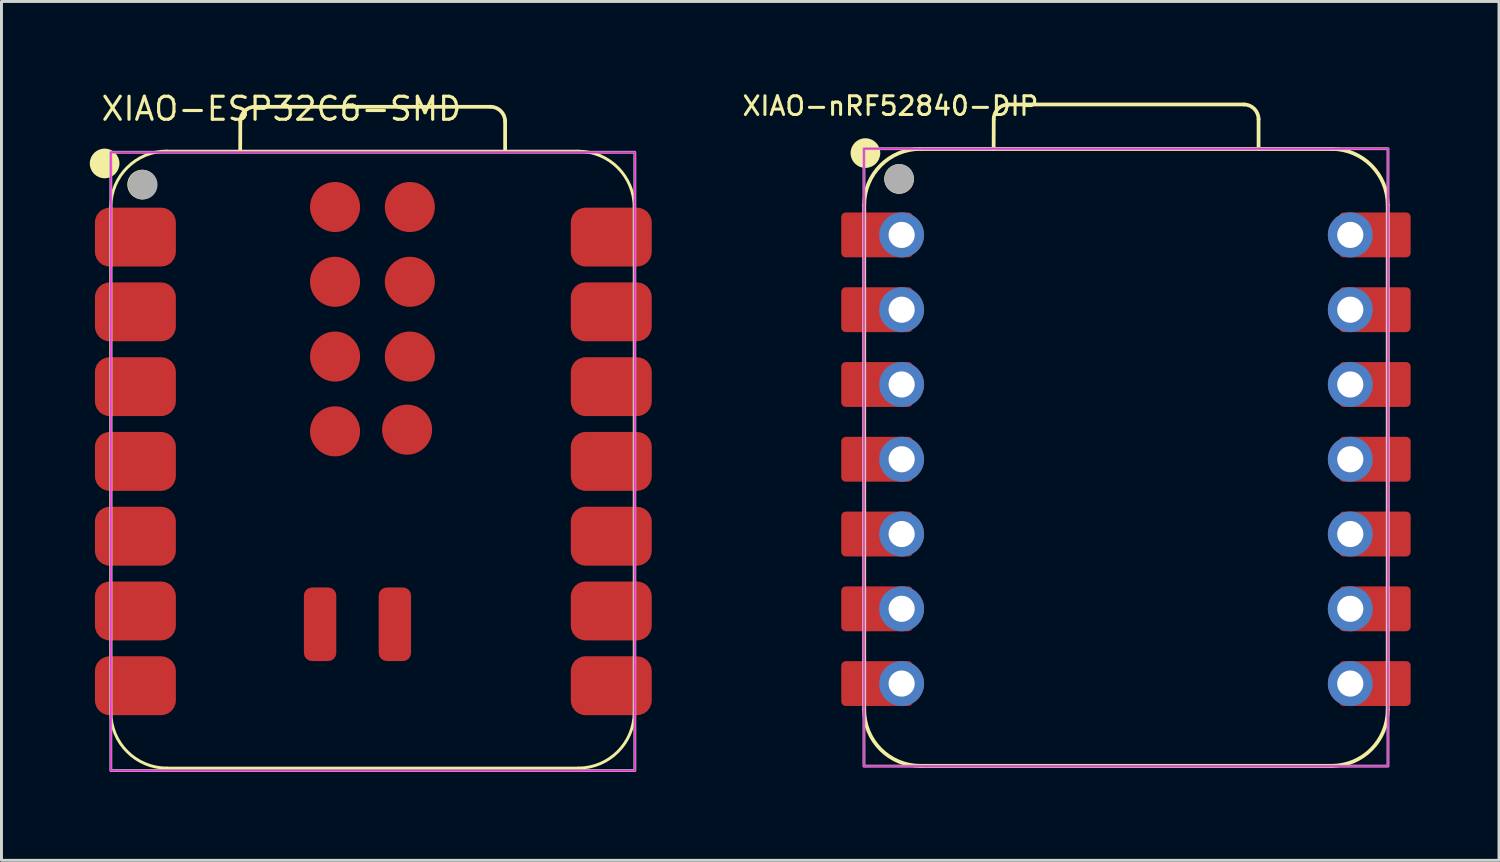
<source format=kicad_pcb>
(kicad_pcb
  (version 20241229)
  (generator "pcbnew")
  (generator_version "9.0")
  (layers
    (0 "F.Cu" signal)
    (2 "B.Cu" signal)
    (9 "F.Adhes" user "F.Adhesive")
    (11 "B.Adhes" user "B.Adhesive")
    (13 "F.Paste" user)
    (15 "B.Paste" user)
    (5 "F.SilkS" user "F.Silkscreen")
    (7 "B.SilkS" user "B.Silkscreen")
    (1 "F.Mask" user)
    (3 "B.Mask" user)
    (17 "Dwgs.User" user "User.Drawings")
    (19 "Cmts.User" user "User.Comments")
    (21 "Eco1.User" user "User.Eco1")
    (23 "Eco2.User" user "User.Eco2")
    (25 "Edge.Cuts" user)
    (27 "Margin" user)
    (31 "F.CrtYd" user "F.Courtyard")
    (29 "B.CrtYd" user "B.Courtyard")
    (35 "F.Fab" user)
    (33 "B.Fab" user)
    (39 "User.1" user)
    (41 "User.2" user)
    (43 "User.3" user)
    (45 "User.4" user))
  (footprint "XIAO-nRF52840-DIP"
    (layer "F.Cu")
    (at 35.197 12.55)
    (property "Reference" "XIAO-nRF52840-DIP" (at -8 -12 0) (unlocked yes) (layer "F.SilkS") (effects (font (size 0.635 0.635) (thickness 0.102))))
    (attr smd)
    (fp_line (start -8.89 8.509) (end -8.89 -8.636) (stroke (width 0.127) (type solid)) (layer "F.SilkS"))
    (fp_line (start -6.985 10.414) (end 6.985 10.414) (stroke (width 0.127) (type solid)) (layer "F.SilkS"))
    (fp_line (start -4.495 -10.541) (end -4.491 -11.551) (stroke (width 0.127) (type solid)) (layer "F.SilkS"))
    (fp_line (start -3.991 -12.051) (end 4.004 -12.051) (stroke (width 0.127) (type solid)) (layer "F.SilkS"))
    (fp_line (start 4.504 -11.551) (end 4.504 -10.541) (stroke (width 0.127) (type solid)) (layer "F.SilkS"))
    (fp_line (start 6.985 -10.541) (end -6.985 -10.541) (stroke (width 0.1) (type solid)) (layer "F.SilkS"))
    (fp_line (start 6.985 -10.541) (end -6.985 -10.541) (stroke (width 0.127) (type solid)) (layer "F.SilkS"))
    (fp_line (start 8.89 8.509) (end 8.89 -8.636) (stroke (width 0.127) (type solid)) (layer "F.SilkS"))
    (fp_arc (start -8.89 -8.636) (mid -8.332038 -9.983038) (end -6.985 -10.541) (stroke (width 0.127) (type solid)) (layer "F.SilkS"))
    (fp_arc (start -6.985 10.414) (mid -8.332038 9.856038) (end -8.89 8.509) (stroke (width 0.127) (type solid)) (layer "F.SilkS"))
    (fp_arc (start -4.491272 -11.551272) (mid -4.344728 -11.90464) (end -3.991272 -12.051) (stroke (width 0.127) (type default)) (layer "F.SilkS"))
    (fp_arc (start 4.004 -12.051) (mid 4.357524 -11.904524) (end 4.504 -11.551) (stroke (width 0.127) (type default)) (layer "F.SilkS"))
    (fp_arc (start 6.985 -10.541) (mid 8.332038 -9.983038) (end 8.89 -8.636) (stroke (width 0.127) (type solid)) (layer "F.SilkS"))
    (fp_arc (start 8.89 8.509) (mid 8.332038 9.856038) (end 6.985 10.414) (stroke (width 0.127) (type solid)) (layer "F.SilkS"))
    (fp_circle (center -8.85 -10.4) (end -8.85 -10.654) (stroke (width 0.5) (type solid)) (fill yes) (layer "F.SilkS"))
    (fp_circle (center -7.707 -9.52) (end -7.707 -9.774) (stroke (width 0.5) (type solid)) (fill yes) (layer "F.SilkS"))
    (fp_rect (start -8.9 -10.55) (end 8.9 10.425) (stroke (width 0.05) (type default)) (fill no) (layer "F.CrtYd"))
    (fp_rect (start -8.9 -10.55) (end 8.9 10.425) (stroke (width 0.1) (type default)) (fill no) (layer "F.Fab"))
    (fp_circle (center -7.704 -9.526) (end -7.704 -9.78) (stroke (width 0.5) (type solid)) (fill no) (layer "F.Fab"))
    (pad "1" smd roundrect (at -8.455 -7.62 180) (size 2.432 1.524) (layers "F.Cu" "F.Mask") (roundrect_rratio 0.1))
    (pad "1" thru_hole circle (at -7.62 -7.62 180) (size 1.524 1.524) (drill 0.889) (layers "*.Cu" "*.Mask"))
    (pad "2" smd roundrect (at -8.455 -5.08 180) (size 2.432 1.524) (layers "F.Cu" "F.Mask") (roundrect_rratio 0.1))
    (pad "2" thru_hole circle (at -7.62 -5.08 180) (size 1.524 1.524) (drill 0.889) (layers "*.Cu" "*.Mask"))
    (pad "3" smd roundrect (at -8.455 -2.54 180) (size 2.432 1.524) (layers "F.Cu" "F.Mask") (roundrect_rratio 0.1))
    (pad "3" thru_hole circle (at -7.62 -2.54 180) (size 1.524 1.524) (drill 0.889) (layers "*.Cu" "*.Mask"))
    (pad "4" smd roundrect (at -8.455 0 180) (size 2.432 1.524) (layers "F.Cu" "F.Mask") (roundrect_rratio 0.1))
    (pad "4" thru_hole circle (at -7.62 0 180) (size 1.524 1.524) (drill 0.889) (layers "*.Cu" "*.Mask"))
    (pad "5" smd roundrect (at -8.455 2.54 180) (size 2.432 1.524) (layers "F.Cu" "F.Mask") (roundrect_rratio 0.1))
    (pad "5" thru_hole circle (at -7.62 2.54 180) (size 1.524 1.524) (drill 0.889) (layers "*.Cu" "*.Mask"))
    (pad "6" smd roundrect (at -8.455 5.08 180) (size 2.432 1.524) (layers "F.Cu" "F.Mask") (roundrect_rratio 0.1))
    (pad "6" thru_hole circle (at -7.62 5.08 180) (size 1.524 1.524) (drill 0.889) (layers "*.Cu" "*.Mask"))
    (pad "7" smd roundrect (at -8.455 7.62 180) (size 2.432 1.524) (layers "F.Cu" "F.Mask") (roundrect_rratio 0.1))
    (pad "7" thru_hole circle (at -7.62 7.62 180) (size 1.524 1.524) (drill 0.889) (layers "*.Cu" "*.Mask"))
    (pad "8" thru_hole circle (at 7.62 7.62) (size 1.524 1.524) (drill 0.889) (layers "*.Cu" "*.Mask"))
    (pad "8" smd roundrect (at 8.455 7.62) (size 2.432 1.524) (layers "F.Cu" "F.Mask") (roundrect_rratio 0.1))
    (pad "9" thru_hole circle (at 7.62 5.08) (size 1.524 1.524) (drill 0.889) (layers "*.Cu" "*.Mask"))
    (pad "9" smd roundrect (at 8.455 5.08) (size 2.432 1.524) (layers "F.Cu" "F.Mask") (roundrect_rratio 0.1))
    (pad "10" thru_hole circle (at 7.62 2.54) (size 1.524 1.524) (drill 0.889) (layers "*.Cu" "*.Mask"))
    (pad "10" smd roundrect (at 8.455 2.54) (size 2.432 1.524) (layers "F.Cu" "F.Mask") (roundrect_rratio 0.1))
    (pad "11" thru_hole circle (at 7.62 0) (size 1.524 1.524) (drill 0.889) (layers "*.Cu" "*.Mask"))
    (pad "11" smd roundrect (at 8.455 0) (size 2.432 1.524) (layers "F.Cu" "F.Mask") (roundrect_rratio 0.1))
    (pad "12" thru_hole circle (at 7.62 -2.54) (size 1.524 1.524) (drill 0.889) (layers "*.Cu" "*.Mask"))
    (pad "12" smd roundrect (at 8.455 -2.54) (size 2.432 1.524) (layers "F.Cu" "F.Mask") (roundrect_rratio 0.1))
    (pad "13" thru_hole circle (at 7.62 -5.08) (size 1.524 1.524) (drill 0.889) (layers "*.Cu" "*.Mask"))
    (pad "13" smd roundrect (at 8.455 -5.08) (size 2.432 1.524) (layers "F.Cu" "F.Mask") (roundrect_rratio 0.1))
    (pad "14" thru_hole circle (at 7.62 -7.62) (size 1.524 1.524) (drill 0.889) (layers "*.Cu" "*.Mask"))
    (pad "14" smd roundrect (at 8.455 -7.62) (size 2.432 1.524) (layers "F.Cu" "F.Mask") (roundrect_rratio 0.1)))
  (footprint "XIAO-ESP32C6-SMD"
    (layer "F.Cu")
    (at 9.831 12.602)
    (property "Reference" "XIAO-ESP32C6-SMD" (at -9.5 -11.5 0) (layer "F.SilkS") (effects (font (size 0.782 0.782) (thickness 0.107)) (justify left bottom)))
    (fp_line (start -9.117 8.534) (end -9.117 -8.611) (stroke (width 0.1) (type solid)) (layer "F.SilkS"))
    (fp_line (start -7.212 10.44) (end 6.758 10.44) (stroke (width 0.1) (type solid)) (layer "F.SilkS"))
    (fp_line (start -4.722 -10.515) (end -4.718 -11.526) (stroke (width 0.127) (type solid)) (layer "F.SilkS"))
    (fp_line (start -4.218 -12.025) (end 3.777 -12.025) (stroke (width 0.127) (type solid)) (layer "F.SilkS"))
    (fp_line (start 4.277 -11.525) (end 4.277 -10.515) (stroke (width 0.127) (type solid)) (layer "F.SilkS"))
    (fp_line (start 6.758 -10.515) (end -7.212 -10.515) (stroke (width 0.1) (type solid)) (layer "F.SilkS"))
    (fp_line (start 8.663 8.534) (end 8.663 -8.611) (stroke (width 0.1) (type solid)) (layer "F.SilkS"))
    (fp_arc (start -9.1166 -8.6145) (mid -8.558638 -9.961538) (end -7.2116 -10.5195) (stroke (width 0.1) (type solid)) (layer "F.SilkS"))
    (fp_arc (start -7.2116 10.4395) (mid -8.558638 9.881538) (end -9.1166 8.5345) (stroke (width 0.1) (type solid)) (layer "F.SilkS"))
    (fp_arc (start -4.717872 -11.525772) (mid -4.571324 -11.879144) (end -4.217872 -12.0255) (stroke (width 0.127) (type default)) (layer "F.SilkS"))
    (fp_arc (start 3.7774 -12.0255) (mid 4.130953 -11.879053) (end 4.2774 -11.5255) (stroke (width 0.127) (type default)) (layer "F.SilkS"))
    (fp_arc (start 6.7584 -10.5155) (mid 8.105438 -9.957538) (end 8.6634 -8.6105) (stroke (width 0.1) (type solid)) (layer "F.SilkS"))
    (fp_arc (start 8.6634 8.5345) (mid 8.105438 9.881538) (end 6.7584 10.4395) (stroke (width 0.1) (type solid)) (layer "F.SilkS"))
    (fp_circle (center -9.327 -10.1) (end -9.327 -10.354) (stroke (width 0.5) (type solid)) (fill yes) (layer "F.SilkS"))
    (fp_circle (center -8.053 -9.383) (end -8.053 -9.636) (stroke (width 0.5) (type solid)) (fill yes) (layer "F.SilkS"))
    (fp_rect (start 8.683 10.521) (end -9.117 -10.479) (stroke (width 0.05) (type default)) (fill no) (layer "F.CrtYd"))
    (fp_rect (start -9.117 -10.479) (end 8.683 10.521) (stroke (width 0.1) (type default)) (fill no) (layer "F.Fab"))
    (fp_circle (center -8.033 -9.379) (end -8.033 -9.633) (stroke (width 0.5) (type solid)) (fill no) (layer "F.Fab"))
    (pad "1" smd roundrect (at -8.282 -7.598) (size 2.75 2) (layers "F.Cu" "F.Mask" "F.Paste") (roundrect_rratio 0.25))
    (pad "2" smd roundrect (at -8.282 -5.059) (size 2.75 2) (layers "F.Cu" "F.Mask" "F.Paste") (roundrect_rratio 0.25))
    (pad "3" smd roundrect (at -8.282 -2.518) (size 2.75 2) (layers "F.Cu" "F.Mask" "F.Paste") (roundrect_rratio 0.25))
    (pad "4" smd roundrect (at -8.282 0.021) (size 2.75 2) (layers "F.Cu" "F.Mask" "F.Paste") (roundrect_rratio 0.25))
    (pad "5" smd roundrect (at -8.282 2.562) (size 2.75 2) (layers "F.Cu" "F.Mask" "F.Paste") (roundrect_rratio 0.25))
    (pad "6" smd roundrect (at -8.282 5.101) (size 2.75 2) (layers "F.Cu" "F.Mask" "F.Paste") (roundrect_rratio 0.25))
    (pad "7" smd roundrect (at -8.282 7.641) (size 2.75 2) (layers "F.Cu" "F.Mask" "F.Paste") (roundrect_rratio 0.25))
    (pad "8" smd roundrect (at 7.883 7.641) (size 2.75 2) (layers "F.Cu" "F.Mask" "F.Paste") (roundrect_rratio 0.25))
    (pad "9" smd roundrect (at 7.883 5.101) (size 2.75 2) (layers "F.Cu" "F.Mask" "F.Paste") (roundrect_rratio 0.25))
    (pad "10" smd roundrect (at 7.883 2.562) (size 2.75 2) (layers "F.Cu" "F.Mask" "F.Paste") (roundrect_rratio 0.25))
    (pad "11" smd roundrect (at 7.883 0.021) (size 2.75 2) (layers "F.Cu" "F.Mask" "F.Paste") (roundrect_rratio 0.25))
    (pad "12" smd roundrect (at 7.883 -2.518) (size 2.75 2) (layers "F.Cu" "F.Mask" "F.Paste") (roundrect_rratio 0.25))
    (pad "13" smd roundrect (at 7.883 -5.059) (size 2.75 2) (layers "F.Cu" "F.Mask" "F.Paste") (roundrect_rratio 0.25))
    (pad "14" smd roundrect (at 7.883 -7.598) (size 2.75 2) (layers "F.Cu" "F.Mask" "F.Paste") (roundrect_rratio 0.25))
    (pad "15" smd roundrect (at -2.008 5.553 270) (size 2.5 1.1) (layers "F.Cu" "F.Mask" "F.Paste") (roundrect_rratio 0.25))
    (pad "16" smd roundrect (at 0.532 5.553 270) (size 2.5 1.1) (layers "F.Cu" "F.Mask" "F.Paste") (roundrect_rratio 0.25))
    (pad "17" smd circle (at -1.5 -8.62) (size 1.7 1.7) (layers "F.Cu" "F.Mask" "F.Paste"))
    (pad "18" smd circle (at 1.04 -8.62) (size 1.7 1.7) (layers "F.Cu" "F.Mask" "F.Paste"))
    (pad "19" smd circle (at -1.5 -6.08) (size 1.7 1.7) (layers "F.Cu" "F.Mask" "F.Paste"))
    (pad "20" smd circle (at 1.04 -6.08) (size 1.7 1.7) (layers "F.Cu" "F.Mask" "F.Paste"))
    (pad "21" smd circle (at -1.5 -3.54) (size 1.7 1.7) (layers "F.Cu" "F.Mask" "F.Paste"))
    (pad "22" smd circle (at 1.04 -3.54) (size 1.7 1.7) (layers "F.Cu" "F.Mask" "F.Paste"))
    (pad "23" smd circle (at -1.5 -1) (size 1.7 1.7) (layers "F.Cu" "F.Mask" "F.Paste"))
    (pad "24" smd circle (at 0.947 -1.057) (size 1.7 1.7) (layers "F.Cu" "F.Mask" "F.Paste")))
  (gr_rect
    (start -3 -3)
    (end 47.868 26.174)
    (stroke (width 0.1) (type default))
    (fill no)
    (layer "Edge.Cuts")))
</source>
